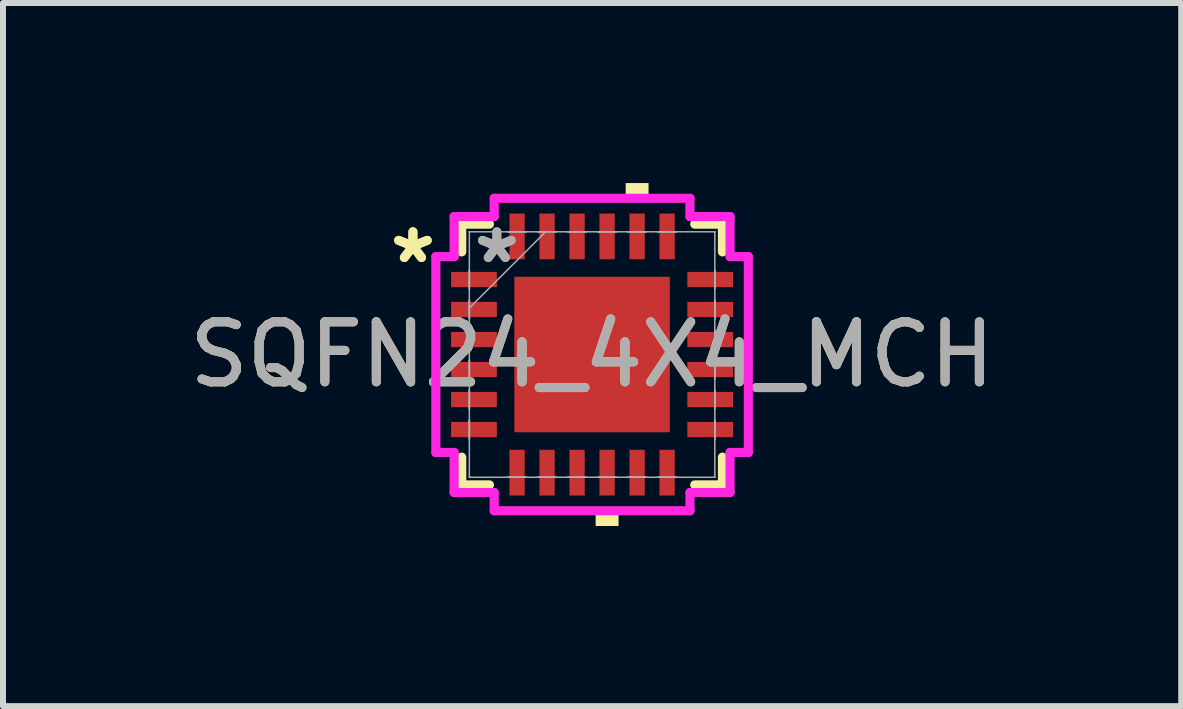
<source format=kicad_pcb>
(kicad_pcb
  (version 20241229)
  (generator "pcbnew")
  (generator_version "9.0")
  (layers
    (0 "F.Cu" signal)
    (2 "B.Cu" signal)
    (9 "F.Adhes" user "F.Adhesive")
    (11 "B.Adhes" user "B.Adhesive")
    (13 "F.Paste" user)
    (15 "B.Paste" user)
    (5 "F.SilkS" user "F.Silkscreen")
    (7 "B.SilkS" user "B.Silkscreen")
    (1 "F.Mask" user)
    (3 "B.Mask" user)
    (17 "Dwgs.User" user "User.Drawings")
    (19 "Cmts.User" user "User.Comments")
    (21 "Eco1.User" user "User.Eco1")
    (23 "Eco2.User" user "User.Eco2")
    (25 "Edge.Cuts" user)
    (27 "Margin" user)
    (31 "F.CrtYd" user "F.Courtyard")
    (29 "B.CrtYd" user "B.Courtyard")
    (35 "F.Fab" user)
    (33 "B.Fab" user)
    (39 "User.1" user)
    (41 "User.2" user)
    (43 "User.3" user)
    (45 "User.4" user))
  (footprint "SQFN24_4X4_MCH"
    (layer "F.Cu")
    (at 6.815 2.857)
    (property "Reference" "SQFN24_4X4_MCH" (at 0 0 0) (unlocked yes) (layer "F.SilkS") (effects (font (size 1 1) (thickness 0.15))))
    (attr smd)
    (fp_line (start -2.172 -2.172) (end -2.172 -1.71) (stroke (width 0.152) (type solid)) (layer "F.SilkS"))
    (fp_line (start -2.172 1.71) (end -2.172 2.172) (stroke (width 0.152) (type solid)) (layer "F.SilkS"))
    (fp_line (start -2.172 2.172) (end -1.71 2.172) (stroke (width 0.152) (type solid)) (layer "F.SilkS"))
    (fp_line (start -1.71 -2.172) (end -2.172 -2.172) (stroke (width 0.152) (type solid)) (layer "F.SilkS"))
    (fp_line (start 1.71 2.172) (end 2.172 2.172) (stroke (width 0.152) (type solid)) (layer "F.SilkS"))
    (fp_line (start 2.172 -2.172) (end 1.71 -2.172) (stroke (width 0.152) (type solid)) (layer "F.SilkS"))
    (fp_line (start 2.172 -1.71) (end 2.172 -2.172) (stroke (width 0.152) (type solid)) (layer "F.SilkS"))
    (fp_line (start 2.172 2.172) (end 2.172 1.71) (stroke (width 0.152) (type solid)) (layer "F.SilkS"))
    (fp_poly (pts (xy 0.059 2.603) (xy 0.059 2.857) (xy 0.441 2.857) (xy 0.441 2.603)) (stroke (width 0) (type solid)) (fill yes) (layer "F.SilkS"))
    (fp_poly (pts (xy 0.56 -2.603) (xy 0.56 -2.857) (xy 0.941 -2.857) (xy 0.941 -2.603)) (stroke (width 0) (type solid)) (fill yes) (layer "F.SilkS"))
    (fp_poly (pts (xy -1.195 -1.195) (xy -1.195 -0.1) (xy -0.1 -0.1) (xy -0.1 -1.195)) (stroke (width 0) (type solid)) (fill yes) (layer "F.Paste"))
    (fp_poly (pts (xy -1.195 0.1) (xy -1.195 1.195) (xy -0.1 1.195) (xy -0.1 0.1)) (stroke (width 0) (type solid)) (fill yes) (layer "F.Paste"))
    (fp_poly (pts (xy 0.1 -1.195) (xy 0.1 -0.1) (xy 1.195 -0.1) (xy 1.195 -1.195)) (stroke (width 0) (type solid)) (fill yes) (layer "F.Paste"))
    (fp_poly (pts (xy 0.1 0.1) (xy 0.1 1.195) (xy 1.195 1.195) (xy 1.195 0.1)) (stroke (width 0) (type solid)) (fill yes) (layer "F.Paste"))
    (fp_line (start -2.603 -1.631) (end -2.299 -1.631) (stroke (width 0.152) (type solid)) (layer "F.CrtYd"))
    (fp_line (start -2.603 1.631) (end -2.603 -1.631) (stroke (width 0.152) (type solid)) (layer "F.CrtYd"))
    (fp_line (start -2.299 -2.299) (end -1.631 -2.299) (stroke (width 0.152) (type solid)) (layer "F.CrtYd"))
    (fp_line (start -2.299 -1.631) (end -2.299 -2.299) (stroke (width 0.152) (type solid)) (layer "F.CrtYd"))
    (fp_line (start -2.299 1.631) (end -2.603 1.631) (stroke (width 0.152) (type solid)) (layer "F.CrtYd"))
    (fp_line (start -2.299 2.299) (end -2.299 1.631) (stroke (width 0.152) (type solid)) (layer "F.CrtYd"))
    (fp_line (start -1.631 -2.603) (end 1.631 -2.603) (stroke (width 0.152) (type solid)) (layer "F.CrtYd"))
    (fp_line (start -1.631 -2.299) (end -1.631 -2.603) (stroke (width 0.152) (type solid)) (layer "F.CrtYd"))
    (fp_line (start -1.631 2.299) (end -2.299 2.299) (stroke (width 0.152) (type solid)) (layer "F.CrtYd"))
    (fp_line (start -1.631 2.603) (end -1.631 2.299) (stroke (width 0.152) (type solid)) (layer "F.CrtYd"))
    (fp_line (start 1.631 -2.603) (end 1.631 -2.299) (stroke (width 0.152) (type solid)) (layer "F.CrtYd"))
    (fp_line (start 1.631 -2.299) (end 2.299 -2.299) (stroke (width 0.152) (type solid)) (layer "F.CrtYd"))
    (fp_line (start 1.631 2.299) (end 1.631 2.603) (stroke (width 0.152) (type solid)) (layer "F.CrtYd"))
    (fp_line (start 1.631 2.603) (end -1.631 2.603) (stroke (width 0.152) (type solid)) (layer "F.CrtYd"))
    (fp_line (start 2.299 -2.299) (end 2.299 -1.631) (stroke (width 0.152) (type solid)) (layer "F.CrtYd"))
    (fp_line (start 2.299 -1.631) (end 2.603 -1.631) (stroke (width 0.152) (type solid)) (layer "F.CrtYd"))
    (fp_line (start 2.299 1.631) (end 2.299 2.299) (stroke (width 0.152) (type solid)) (layer "F.CrtYd"))
    (fp_line (start 2.299 2.299) (end 1.631 2.299) (stroke (width 0.152) (type solid)) (layer "F.CrtYd"))
    (fp_line (start 2.603 -1.631) (end 2.603 1.631) (stroke (width 0.152) (type solid)) (layer "F.CrtYd"))
    (fp_line (start 2.603 1.631) (end 2.299 1.631) (stroke (width 0.152) (type solid)) (layer "F.CrtYd"))
    (fp_line (start -2.045 -2.045) (end -2.045 -2.045) (stroke (width 0.025) (type solid)) (layer "F.Fab"))
    (fp_line (start -2.045 -2.045) (end -2.045 2.045) (stroke (width 0.025) (type solid)) (layer "F.Fab"))
    (fp_line (start -2.045 -1.402) (end -2.045 -1.402) (stroke (width 0.025) (type solid)) (layer "F.Fab"))
    (fp_line (start -2.045 -1.402) (end -2.045 -1.098) (stroke (width 0.025) (type solid)) (layer "F.Fab"))
    (fp_line (start -2.045 -1.098) (end -2.045 -1.402) (stroke (width 0.025) (type solid)) (layer "F.Fab"))
    (fp_line (start -2.045 -1.098) (end -2.045 -1.098) (stroke (width 0.025) (type solid)) (layer "F.Fab"))
    (fp_line (start -2.045 -0.902) (end -2.045 -0.902) (stroke (width 0.025) (type solid)) (layer "F.Fab"))
    (fp_line (start -2.045 -0.902) (end -2.045 -0.598) (stroke (width 0.025) (type solid)) (layer "F.Fab"))
    (fp_line (start -2.045 -0.775) (end -0.775 -2.045) (stroke (width 0.025) (type solid)) (layer "F.Fab"))
    (fp_line (start -2.045 -0.598) (end -2.045 -0.902) (stroke (width 0.025) (type solid)) (layer "F.Fab"))
    (fp_line (start -2.045 -0.598) (end -2.045 -0.598) (stroke (width 0.025) (type solid)) (layer "F.Fab"))
    (fp_line (start -2.045 -0.402) (end -2.045 -0.402) (stroke (width 0.025) (type solid)) (layer "F.Fab"))
    (fp_line (start -2.045 -0.402) (end -2.045 -0.098) (stroke (width 0.025) (type solid)) (layer "F.Fab"))
    (fp_line (start -2.045 -0.098) (end -2.045 -0.402) (stroke (width 0.025) (type solid)) (layer "F.Fab"))
    (fp_line (start -2.045 -0.098) (end -2.045 -0.098) (stroke (width 0.025) (type solid)) (layer "F.Fab"))
    (fp_line (start -2.045 0.098) (end -2.045 0.098) (stroke (width 0.025) (type solid)) (layer "F.Fab"))
    (fp_line (start -2.045 0.098) (end -2.045 0.402) (stroke (width 0.025) (type solid)) (layer "F.Fab"))
    (fp_line (start -2.045 0.402) (end -2.045 0.098) (stroke (width 0.025) (type solid)) (layer "F.Fab"))
    (fp_line (start -2.045 0.402) (end -2.045 0.402) (stroke (width 0.025) (type solid)) (layer "F.Fab"))
    (fp_line (start -2.045 0.598) (end -2.045 0.598) (stroke (width 0.025) (type solid)) (layer "F.Fab"))
    (fp_line (start -2.045 0.598) (end -2.045 0.902) (stroke (width 0.025) (type solid)) (layer "F.Fab"))
    (fp_line (start -2.045 0.902) (end -2.045 0.598) (stroke (width 0.025) (type solid)) (layer "F.Fab"))
    (fp_line (start -2.045 0.902) (end -2.045 0.902) (stroke (width 0.025) (type solid)) (layer "F.Fab"))
    (fp_line (start -2.045 1.098) (end -2.045 1.098) (stroke (width 0.025) (type solid)) (layer "F.Fab"))
    (fp_line (start -2.045 1.098) (end -2.045 1.402) (stroke (width 0.025) (type solid)) (layer "F.Fab"))
    (fp_line (start -2.045 1.402) (end -2.045 1.098) (stroke (width 0.025) (type solid)) (layer "F.Fab"))
    (fp_line (start -2.045 1.402) (end -2.045 1.402) (stroke (width 0.025) (type solid)) (layer "F.Fab"))
    (fp_line (start -2.045 2.045) (end -2.045 2.045) (stroke (width 0.025) (type solid)) (layer "F.Fab"))
    (fp_line (start -2.045 2.045) (end 2.045 2.045) (stroke (width 0.025) (type solid)) (layer "F.Fab"))
    (fp_line (start -1.402 -2.045) (end -1.402 -2.045) (stroke (width 0.025) (type solid)) (layer "F.Fab"))
    (fp_line (start -1.402 -2.045) (end -1.098 -2.045) (stroke (width 0.025) (type solid)) (layer "F.Fab"))
    (fp_line (start -1.402 2.045) (end -1.402 2.045) (stroke (width 0.025) (type solid)) (layer "F.Fab"))
    (fp_line (start -1.402 2.045) (end -1.098 2.045) (stroke (width 0.025) (type solid)) (layer "F.Fab"))
    (fp_line (start -1.098 -2.045) (end -1.402 -2.045) (stroke (width 0.025) (type solid)) (layer "F.Fab"))
    (fp_line (start -1.098 -2.045) (end -1.098 -2.045) (stroke (width 0.025) (type solid)) (layer "F.Fab"))
    (fp_line (start -1.098 2.045) (end -1.402 2.045) (stroke (width 0.025) (type solid)) (layer "F.Fab"))
    (fp_line (start -1.098 2.045) (end -1.098 2.045) (stroke (width 0.025) (type solid)) (layer "F.Fab"))
    (fp_line (start -0.902 -2.045) (end -0.902 -2.045) (stroke (width 0.025) (type solid)) (layer "F.Fab"))
    (fp_line (start -0.902 -2.045) (end -0.598 -2.045) (stroke (width 0.025) (type solid)) (layer "F.Fab"))
    (fp_line (start -0.902 2.045) (end -0.902 2.045) (stroke (width 0.025) (type solid)) (layer "F.Fab"))
    (fp_line (start -0.902 2.045) (end -0.598 2.045) (stroke (width 0.025) (type solid)) (layer "F.Fab"))
    (fp_line (start -0.598 -2.045) (end -0.902 -2.045) (stroke (width 0.025) (type solid)) (layer "F.Fab"))
    (fp_line (start -0.598 -2.045) (end -0.598 -2.045) (stroke (width 0.025) (type solid)) (layer "F.Fab"))
    (fp_line (start -0.598 2.045) (end -0.902 2.045) (stroke (width 0.025) (type solid)) (layer "F.Fab"))
    (fp_line (start -0.598 2.045) (end -0.598 2.045) (stroke (width 0.025) (type solid)) (layer "F.Fab"))
    (fp_line (start -0.402 -2.045) (end -0.402 -2.045) (stroke (width 0.025) (type solid)) (layer "F.Fab"))
    (fp_line (start -0.402 -2.045) (end -0.098 -2.045) (stroke (width 0.025) (type solid)) (layer "F.Fab"))
    (fp_line (start -0.402 2.045) (end -0.402 2.045) (stroke (width 0.025) (type solid)) (layer "F.Fab"))
    (fp_line (start -0.402 2.045) (end -0.098 2.045) (stroke (width 0.025) (type solid)) (layer "F.Fab"))
    (fp_line (start -0.098 -2.045) (end -0.402 -2.045) (stroke (width 0.025) (type solid)) (layer "F.Fab"))
    (fp_line (start -0.098 -2.045) (end -0.098 -2.045) (stroke (width 0.025) (type solid)) (layer "F.Fab"))
    (fp_line (start -0.098 2.045) (end -0.402 2.045) (stroke (width 0.025) (type solid)) (layer "F.Fab"))
    (fp_line (start -0.098 2.045) (end -0.098 2.045) (stroke (width 0.025) (type solid)) (layer "F.Fab"))
    (fp_line (start 0.098 -2.045) (end 0.098 -2.045) (stroke (width 0.025) (type solid)) (layer "F.Fab"))
    (fp_line (start 0.098 -2.045) (end 0.402 -2.045) (stroke (width 0.025) (type solid)) (layer "F.Fab"))
    (fp_line (start 0.098 2.045) (end 0.098 2.045) (stroke (width 0.025) (type solid)) (layer "F.Fab"))
    (fp_line (start 0.098 2.045) (end 0.402 2.045) (stroke (width 0.025) (type solid)) (layer "F.Fab"))
    (fp_line (start 0.402 -2.045) (end 0.098 -2.045) (stroke (width 0.025) (type solid)) (layer "F.Fab"))
    (fp_line (start 0.402 -2.045) (end 0.402 -2.045) (stroke (width 0.025) (type solid)) (layer "F.Fab"))
    (fp_line (start 0.402 2.045) (end 0.098 2.045) (stroke (width 0.025) (type solid)) (layer "F.Fab"))
    (fp_line (start 0.402 2.045) (end 0.402 2.045) (stroke (width 0.025) (type solid)) (layer "F.Fab"))
    (fp_line (start 0.598 -2.045) (end 0.598 -2.045) (stroke (width 0.025) (type solid)) (layer "F.Fab"))
    (fp_line (start 0.598 -2.045) (end 0.902 -2.045) (stroke (width 0.025) (type solid)) (layer "F.Fab"))
    (fp_line (start 0.598 2.045) (end 0.598 2.045) (stroke (width 0.025) (type solid)) (layer "F.Fab"))
    (fp_line (start 0.598 2.045) (end 0.902 2.045) (stroke (width 0.025) (type solid)) (layer "F.Fab"))
    (fp_line (start 0.902 -2.045) (end 0.598 -2.045) (stroke (width 0.025) (type solid)) (layer "F.Fab"))
    (fp_line (start 0.902 -2.045) (end 0.902 -2.045) (stroke (width 0.025) (type solid)) (layer "F.Fab"))
    (fp_line (start 0.902 2.045) (end 0.598 2.045) (stroke (width 0.025) (type solid)) (layer "F.Fab"))
    (fp_line (start 0.902 2.045) (end 0.902 2.045) (stroke (width 0.025) (type solid)) (layer "F.Fab"))
    (fp_line (start 1.098 -2.045) (end 1.098 -2.045) (stroke (width 0.025) (type solid)) (layer "F.Fab"))
    (fp_line (start 1.098 -2.045) (end 1.402 -2.045) (stroke (width 0.025) (type solid)) (layer "F.Fab"))
    (fp_line (start 1.098 2.045) (end 1.098 2.045) (stroke (width 0.025) (type solid)) (layer "F.Fab"))
    (fp_line (start 1.098 2.045) (end 1.402 2.045) (stroke (width 0.025) (type solid)) (layer "F.Fab"))
    (fp_line (start 1.402 -2.045) (end 1.098 -2.045) (stroke (width 0.025) (type solid)) (layer "F.Fab"))
    (fp_line (start 1.402 -2.045) (end 1.402 -2.045) (stroke (width 0.025) (type solid)) (layer "F.Fab"))
    (fp_line (start 1.402 2.045) (end 1.098 2.045) (stroke (width 0.025) (type solid)) (layer "F.Fab"))
    (fp_line (start 1.402 2.045) (end 1.402 2.045) (stroke (width 0.025) (type solid)) (layer "F.Fab"))
    (fp_line (start 2.045 -2.045) (end -2.045 -2.045) (stroke (width 0.025) (type solid)) (layer "F.Fab"))
    (fp_line (start 2.045 -2.045) (end 2.045 -2.045) (stroke (width 0.025) (type solid)) (layer "F.Fab"))
    (fp_line (start 2.045 -1.402) (end 2.045 -1.402) (stroke (width 0.025) (type solid)) (layer "F.Fab"))
    (fp_line (start 2.045 -1.402) (end 2.045 -1.098) (stroke (width 0.025) (type solid)) (layer "F.Fab"))
    (fp_line (start 2.045 -1.098) (end 2.045 -1.402) (stroke (width 0.025) (type solid)) (layer "F.Fab"))
    (fp_line (start 2.045 -1.098) (end 2.045 -1.098) (stroke (width 0.025) (type solid)) (layer "F.Fab"))
    (fp_line (start 2.045 -0.902) (end 2.045 -0.902) (stroke (width 0.025) (type solid)) (layer "F.Fab"))
    (fp_line (start 2.045 -0.902) (end 2.045 -0.598) (stroke (width 0.025) (type solid)) (layer "F.Fab"))
    (fp_line (start 2.045 -0.598) (end 2.045 -0.902) (stroke (width 0.025) (type solid)) (layer "F.Fab"))
    (fp_line (start 2.045 -0.598) (end 2.045 -0.598) (stroke (width 0.025) (type solid)) (layer "F.Fab"))
    (fp_line (start 2.045 -0.402) (end 2.045 -0.402) (stroke (width 0.025) (type solid)) (layer "F.Fab"))
    (fp_line (start 2.045 -0.402) (end 2.045 -0.098) (stroke (width 0.025) (type solid)) (layer "F.Fab"))
    (fp_line (start 2.045 -0.098) (end 2.045 -0.402) (stroke (width 0.025) (type solid)) (layer "F.Fab"))
    (fp_line (start 2.045 -0.098) (end 2.045 -0.098) (stroke (width 0.025) (type solid)) (layer "F.Fab"))
    (fp_line (start 2.045 0.098) (end 2.045 0.098) (stroke (width 0.025) (type solid)) (layer "F.Fab"))
    (fp_line (start 2.045 0.098) (end 2.045 0.402) (stroke (width 0.025) (type solid)) (layer "F.Fab"))
    (fp_line (start 2.045 0.402) (end 2.045 0.098) (stroke (width 0.025) (type solid)) (layer "F.Fab"))
    (fp_line (start 2.045 0.402) (end 2.045 0.402) (stroke (width 0.025) (type solid)) (layer "F.Fab"))
    (fp_line (start 2.045 0.598) (end 2.045 0.598) (stroke (width 0.025) (type solid)) (layer "F.Fab"))
    (fp_line (start 2.045 0.598) (end 2.045 0.902) (stroke (width 0.025) (type solid)) (layer "F.Fab"))
    (fp_line (start 2.045 0.902) (end 2.045 0.598) (stroke (width 0.025) (type solid)) (layer "F.Fab"))
    (fp_line (start 2.045 0.902) (end 2.045 0.902) (stroke (width 0.025) (type solid)) (layer "F.Fab"))
    (fp_line (start 2.045 1.098) (end 2.045 1.098) (stroke (width 0.025) (type solid)) (layer "F.Fab"))
    (fp_line (start 2.045 1.098) (end 2.045 1.402) (stroke (width 0.025) (type solid)) (layer "F.Fab"))
    (fp_line (start 2.045 1.402) (end 2.045 1.098) (stroke (width 0.025) (type solid)) (layer "F.Fab"))
    (fp_line (start 2.045 1.402) (end 2.045 1.402) (stroke (width 0.025) (type solid)) (layer "F.Fab"))
    (fp_line (start 2.045 2.045) (end 2.045 -2.045) (stroke (width 0.025) (type solid)) (layer "F.Fab"))
    (fp_line (start 2.045 2.045) (end 2.045 2.045) (stroke (width 0.025) (type solid)) (layer "F.Fab"))
    (fp_text user "*" (at -2.985 -1.5 0) (layer "F.SilkS") (effects (font (size 1 1) (thickness 0.15))))
    (fp_text user "*" (at -2.985 -1.5 0) (unlocked yes) (layer "F.SilkS") (effects (font (size 1 1) (thickness 0.15))))
    (fp_text user "*" (at -1.587 -1.5 0) (unlocked yes) (layer "F.Fab") (effects (font (size 1 1) (thickness 0.15))))
    (fp_text user "${REFERENCE}" (at 0 0 0) (unlocked yes) (layer "F.Fab") (effects (font (size 1 1) (thickness 0.15))))
    (fp_text user "*" (at -1.587 -1.5 0) (layer "F.Fab") (effects (font (size 1 1) (thickness 0.15))))
    (pad "1" smd rect (at -1.968 -1.25 90) (size 0.254 0.762) (layers "F.Cu" "F.Mask" "F.Paste"))
    (pad "2" smd rect (at -1.968 -0.75 90) (size 0.254 0.762) (layers "F.Cu" "F.Mask" "F.Paste"))
    (pad "3" smd rect (at -1.968 -0.25 90) (size 0.254 0.762) (layers "F.Cu" "F.Mask" "F.Paste"))
    (pad "4" smd rect (at -1.968 0.25 90) (size 0.254 0.762) (layers "F.Cu" "F.Mask" "F.Paste"))
    (pad "5" smd rect (at -1.968 0.75 90) (size 0.254 0.762) (layers "F.Cu" "F.Mask" "F.Paste"))
    (pad "6" smd rect (at -1.968 1.25 90) (size 0.254 0.762) (layers "F.Cu" "F.Mask" "F.Paste"))
    (pad "7" smd rect (at -1.25 1.968) (size 0.254 0.762) (layers "F.Cu" "F.Mask" "F.Paste"))
    (pad "8" smd rect (at -0.75 1.968) (size 0.254 0.762) (layers "F.Cu" "F.Mask" "F.Paste"))
    (pad "9" smd rect (at -0.25 1.968) (size 0.254 0.762) (layers "F.Cu" "F.Mask" "F.Paste"))
    (pad "10" smd rect (at 0.25 1.968) (size 0.254 0.762) (layers "F.Cu" "F.Mask" "F.Paste"))
    (pad "11" smd rect (at 0.75 1.968) (size 0.254 0.762) (layers "F.Cu" "F.Mask" "F.Paste"))
    (pad "12" smd rect (at 1.25 1.968) (size 0.254 0.762) (layers "F.Cu" "F.Mask" "F.Paste"))
    (pad "13" smd rect (at 1.968 1.25 90) (size 0.254 0.762) (layers "F.Cu" "F.Mask" "F.Paste"))
    (pad "14" smd rect (at 1.968 0.75 90) (size 0.254 0.762) (layers "F.Cu" "F.Mask" "F.Paste"))
    (pad "15" smd rect (at 1.968 0.25 90) (size 0.254 0.762) (layers "F.Cu" "F.Mask" "F.Paste"))
    (pad "16" smd rect (at 1.968 -0.25 90) (size 0.254 0.762) (layers "F.Cu" "F.Mask" "F.Paste"))
    (pad "17" smd rect (at 1.968 -0.75 90) (size 0.254 0.762) (layers "F.Cu" "F.Mask" "F.Paste"))
    (pad "18" smd rect (at 1.968 -1.25 90) (size 0.254 0.762) (layers "F.Cu" "F.Mask" "F.Paste"))
    (pad "19" smd rect (at 1.25 -1.968) (size 0.254 0.762) (layers "F.Cu" "F.Mask" "F.Paste"))
    (pad "20" smd rect (at 0.75 -1.968) (size 0.254 0.762) (layers "F.Cu" "F.Mask" "F.Paste"))
    (pad "21" smd rect (at 0.25 -1.968) (size 0.254 0.762) (layers "F.Cu" "F.Mask" "F.Paste"))
    (pad "22" smd rect (at -0.25 -1.968) (size 0.254 0.762) (layers "F.Cu" "F.Mask" "F.Paste"))
    (pad "23" smd rect (at -0.75 -1.968) (size 0.254 0.762) (layers "F.Cu" "F.Mask" "F.Paste"))
    (pad "24" smd rect (at -1.25 -1.968) (size 0.254 0.762) (layers "F.Cu" "F.Mask" "F.Paste"))
    (pad "25" smd rect (at 0 0) (size 2.591 2.591) (layers "F.Cu" "F.Mask" "F.Paste")))
  (gr_rect
    (start -3 -3)
    (end 16.631 8.715)
    (stroke (width 0.1) (type default))
    (fill no)
    (layer "Edge.Cuts")))
</source>
